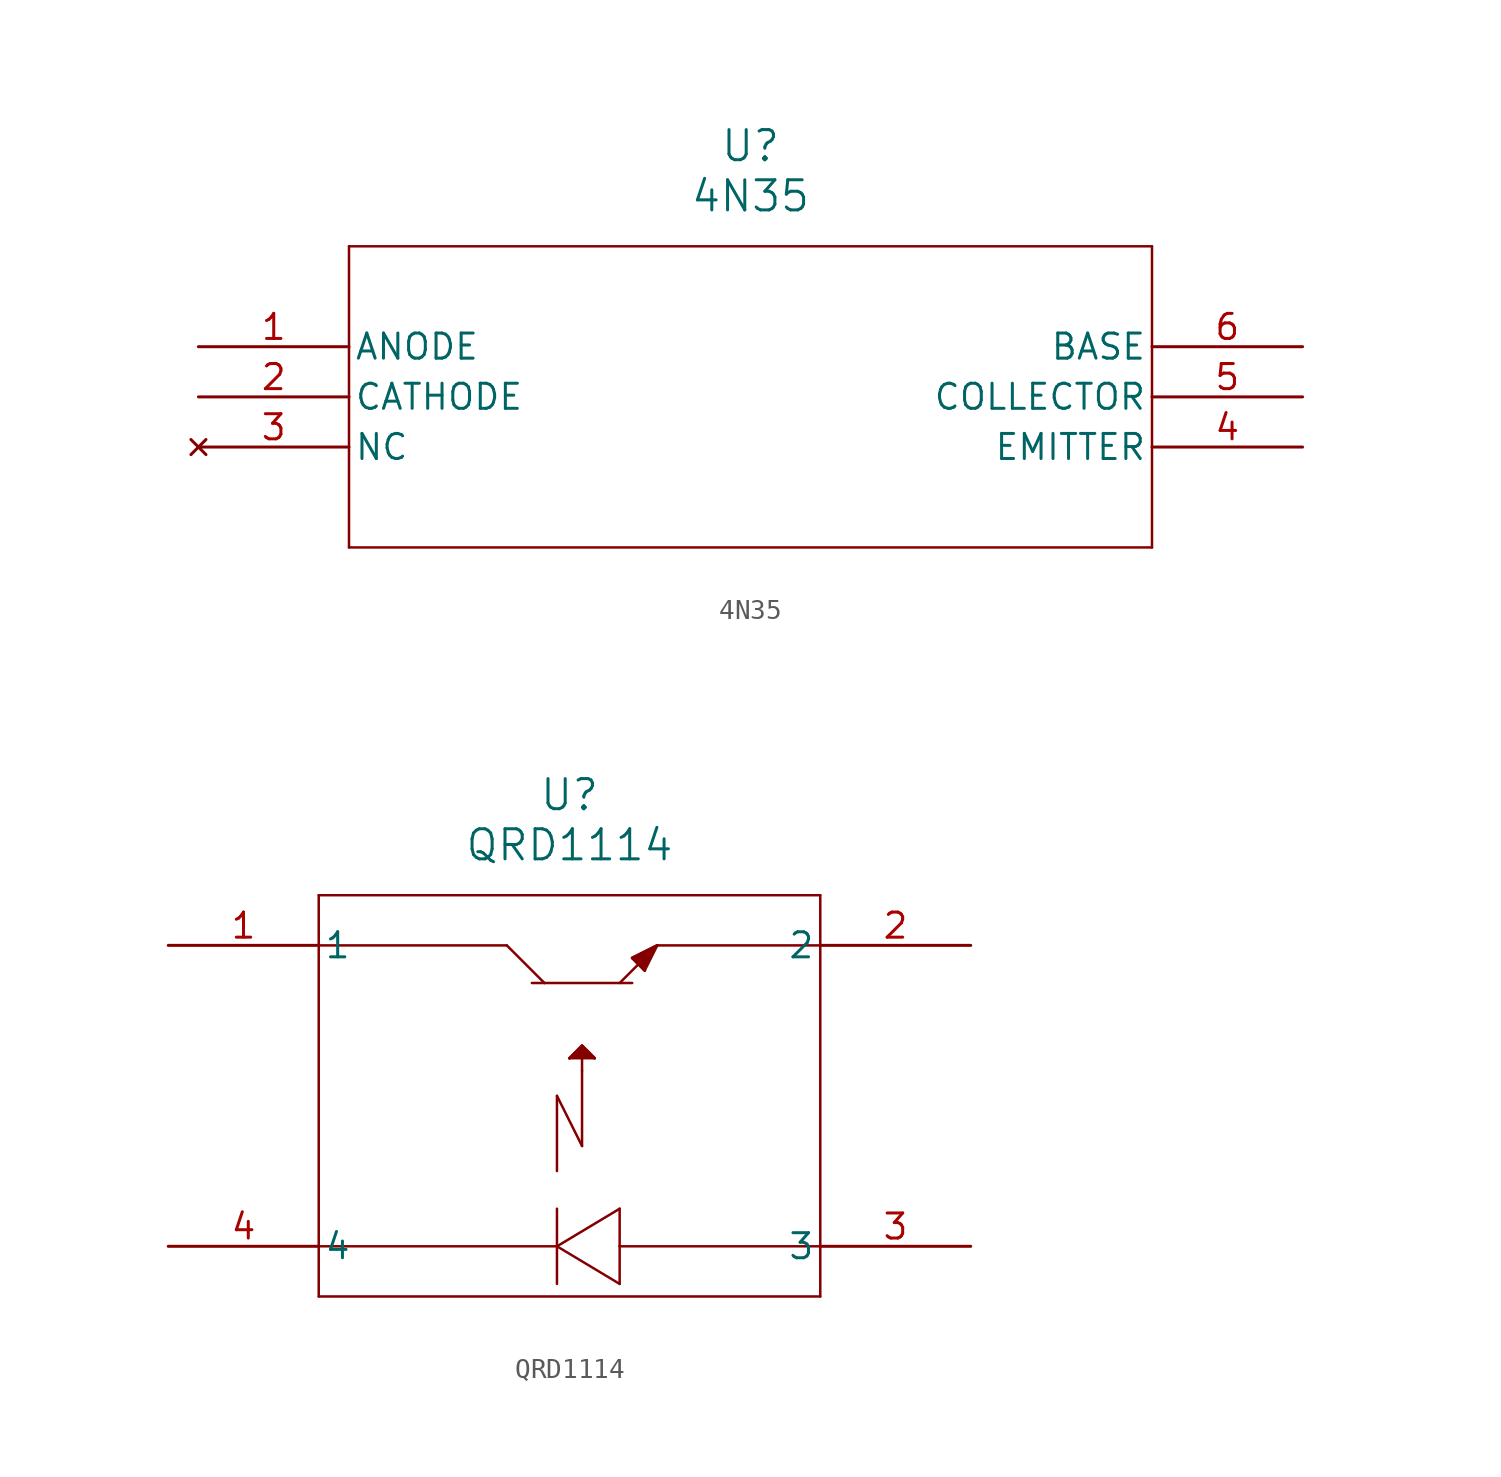
<source format=kicad_sym>
(kicad_symbol_lib
  (version 20220914)
  (generator kicad_symbol_editor)
  (symbol "4N35"
    (pin_names
      (offset 0.254))
    (property "Reference" "U"
      (at 0 12.7 0)
      (effects (font (size 1.524 1.524))))
    (property "Value" "4N35"
      (at 0 10.16 0)
      (effects (font (size 1.524 1.524))))
    (property "ki_locked" ""
      (at 0 0 0)
      (effects (font (size 1.27 1.27))))
    (symbol "4N35_0_1"
      (polyline (pts (xy -20.32 -7.62) (xy 20.32 -7.62)) (stroke (width 0.127) (type default)) (fill (type none)))
      (polyline (pts (xy -20.32 7.62) (xy -20.32 -7.62)) (stroke (width 0.127) (type default)) (fill (type none)))
      (polyline (pts (xy 20.32 -7.62) (xy 20.32 7.62)) (stroke (width 0.127) (type default)) (fill (type none)))
      (polyline (pts (xy 20.32 7.62) (xy -20.32 7.62)) (stroke (width 0.127) (type default)) (fill (type none)))
      (pin unspecified line (at -27.94 2.54 0) (length 7.62) (name "ANODE" (effects (font (size 1.27 1.27)))) (number "1" (effects (font (size 1.27 1.27)))))
      (pin unspecified line (at -27.94 0 0) (length 7.62) (name "CATHODE" (effects (font (size 1.27 1.27)))) (number "2" (effects (font (size 1.27 1.27)))))
      (pin no_connect line (at -27.94 -2.54 0) (length 7.62) (name "NC" (effects (font (size 1.27 1.27)))) (number "3" (effects (font (size 1.27 1.27)))))
      (pin unspecified line (at 27.94 -2.54 180) (length 7.62) (name "EMITTER" (effects (font (size 1.27 1.27)))) (number "4" (effects (font (size 1.27 1.27)))))
      (pin unspecified line (at 27.94 0 180) (length 7.62) (name "COLLECTOR" (effects (font (size 1.27 1.27)))) (number "5" (effects (font (size 1.27 1.27)))))
      (pin unspecified line (at 27.94 2.54 180) (length 7.62) (name "BASE" (effects (font (size 1.27 1.27)))) (number "6" (effects (font (size 1.27 1.27)))))))
  (symbol "QRD1114"
    (pin_names
      (offset 0.254))
    (property "Reference" "U"
      (at 20.32 7.62 0)
      (effects (font (size 1.524 1.524))))
    (property "Value" "QRD1114"
      (at 20.32 5.08 0)
      (effects (font (size 1.524 1.524))))
    (property "ki_locked" ""
      (at 0 0 0)
      (effects (font (size 1.27 1.27))))
    (symbol "QRD1114_0_1"
      (polyline (pts (xy 7.62 -17.78) (xy 33.02 -17.78)) (stroke (width 0.127) (type default)) (fill (type none)))
      (polyline (pts (xy 7.62 -15.24) (xy 19.685 -15.24)) (stroke (width 0.127) (type default)) (fill (type none)))
      (polyline (pts (xy 7.62 0) (xy 17.145 0)) (stroke (width 0.127) (type default)) (fill (type none)))
      (polyline (pts (xy 7.62 2.54) (xy 7.62 -17.78)) (stroke (width 0.127) (type default)) (fill (type none)))
      (polyline (pts (xy 17.145 0) (xy 19.05 -1.905)) (stroke (width 0.127) (type default)) (fill (type none)))
      (polyline (pts (xy 19.05 -1.905) (xy 18.415 -1.905)) (stroke (width 0.127) (type default)) (fill (type none)))
      (polyline (pts (xy 19.05 -1.905) (xy 23.495 -1.905)) (stroke (width 0.127) (type default)) (fill (type none)))
      (polyline (pts (xy 19.685 -17.145) (xy 19.685 -13.335)) (stroke (width 0.127) (type default)) (fill (type none)))
      (polyline (pts (xy 19.685 -15.24) (xy 22.86 -13.335)) (stroke (width 0.127) (type default)) (fill (type none)))
      (polyline (pts (xy 19.685 -11.43) (xy 19.685 -7.62)) (stroke (width 0.127) (type default)) (fill (type none)))
      (polyline (pts (xy 19.685 -7.62) (xy 20.955 -10.16)) (stroke (width 0.127) (type default)) (fill (type none)))
      (polyline (pts (xy 20.32 -5.715) (xy 20.955 -5.08)) (stroke (width 0.127) (type default)) (fill (type none)))
      (polyline (pts (xy 20.955 -10.16) (xy 20.955 -6.35)) (stroke (width 0.127) (type default)) (fill (type none)))
      (polyline (pts (xy 20.955 -6.35) (xy 20.955 -5.715)) (stroke (width 0.127) (type default)) (fill (type none)))
      (polyline (pts (xy 20.955 -5.715) (xy 20.32 -5.715)) (stroke (width 0.127) (type default)) (fill (type none)))
      (polyline (pts (xy 20.955 -5.715) (xy 21.59 -5.715)) (stroke (width 0.127) (type default)) (fill (type none)))
      (polyline (pts (xy 21.59 -5.715) (xy 20.955 -5.08)) (stroke (width 0.127) (type default)) (fill (type none)))
      (polyline (pts (xy 22.86 -17.145) (xy 19.685 -15.24)) (stroke (width 0.127) (type default)) (fill (type none)))
      (polyline (pts (xy 22.86 -15.24) (xy 22.86 -17.145)) (stroke (width 0.127) (type default)) (fill (type none)))
      (polyline (pts (xy 22.86 -15.24) (xy 22.86 -13.335)) (stroke (width 0.127) (type default)) (fill (type none)))
      (polyline (pts (xy 22.86 -15.24) (xy 33.02 -15.24)) (stroke (width 0.127) (type default)) (fill (type none)))
      (polyline (pts (xy 22.86 -1.905) (xy 24.765 0)) (stroke (width 0.127) (type default)) (fill (type none)))
      (polyline (pts (xy 23.495 -0.635) (xy 24.765 0)) (stroke (width 0.127) (type default)) (fill (type none)))
      (polyline (pts (xy 24.13 -1.27) (xy 23.495 -0.635)) (stroke (width 0.127) (type default)) (fill (type none)))
      (polyline (pts (xy 24.765 0) (xy 24.13 -1.27)) (stroke (width 0.127) (type default)) (fill (type none)))
      (polyline (pts (xy 24.765 0) (xy 33.02 0)) (stroke (width 0.127) (type default)) (fill (type none)))
      (polyline (pts (xy 33.02 -17.78) (xy 33.02 2.54)) (stroke (width 0.127) (type default)) (fill (type none)))
      (polyline (pts (xy 33.02 2.54) (xy 7.62 2.54)) (stroke (width 0.127) (type default)) (fill (type none)))
      (polyline (pts (xy 20.32 -5.715) (xy 20.955 -5.08) (xy 21.59 -5.715)) (stroke (width 0) (type default)) (fill (type outline)))
      (polyline (pts (xy 24.13 -1.27) (xy 23.495 -0.635) (xy 24.765 0)) (stroke (width 0) (type default)) (fill (type outline)))
      (pin unspecified line (at 0 0 0) (length 7.62) (name "1" (effects (font (size 1.27 1.27)))) (number "1" (effects (font (size 1.27 1.27)))))
      (pin unspecified line (at 40.64 0 180) (length 7.62) (name "2" (effects (font (size 1.27 1.27)))) (number "2" (effects (font (size 1.27 1.27)))))
      (pin unspecified line (at 40.64 -15.24 180) (length 7.62) (name "3" (effects (font (size 1.27 1.27)))) (number "3" (effects (font (size 1.27 1.27)))))
      (pin unspecified line (at 0 -15.24 0) (length 7.62) (name "4" (effects (font (size 1.27 1.27)))) (number "4" (effects (font (size 1.27 1.27))))))))
</source>
